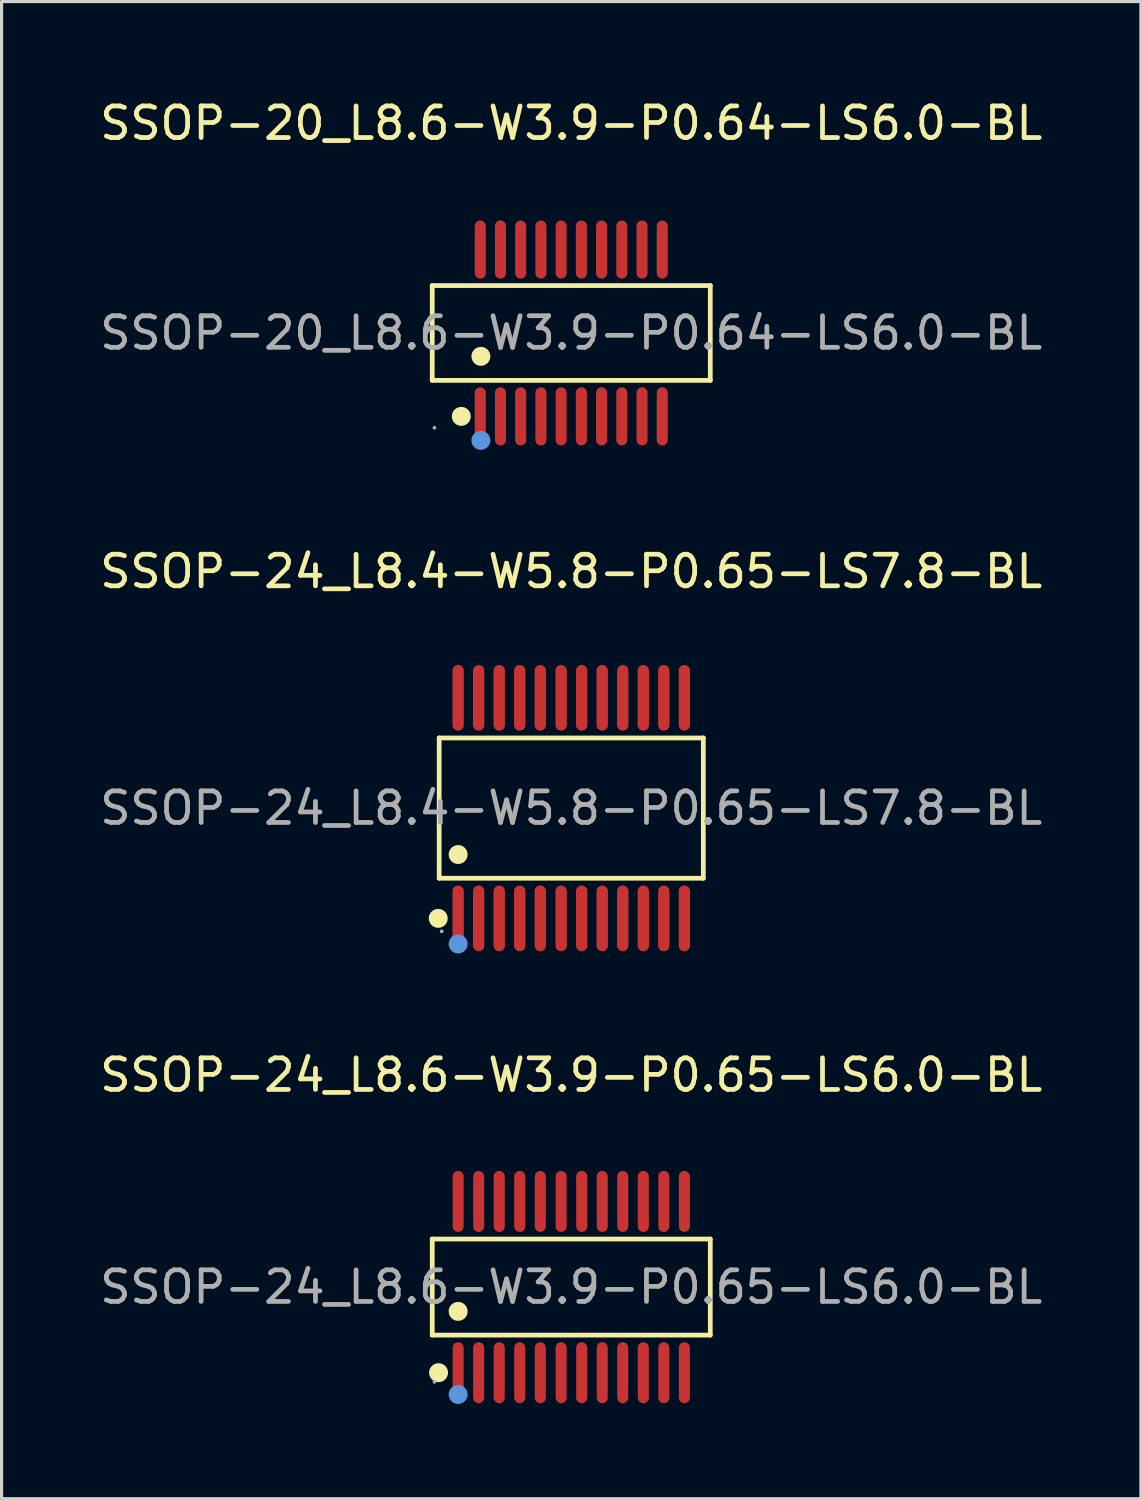
<source format=kicad_pcb>
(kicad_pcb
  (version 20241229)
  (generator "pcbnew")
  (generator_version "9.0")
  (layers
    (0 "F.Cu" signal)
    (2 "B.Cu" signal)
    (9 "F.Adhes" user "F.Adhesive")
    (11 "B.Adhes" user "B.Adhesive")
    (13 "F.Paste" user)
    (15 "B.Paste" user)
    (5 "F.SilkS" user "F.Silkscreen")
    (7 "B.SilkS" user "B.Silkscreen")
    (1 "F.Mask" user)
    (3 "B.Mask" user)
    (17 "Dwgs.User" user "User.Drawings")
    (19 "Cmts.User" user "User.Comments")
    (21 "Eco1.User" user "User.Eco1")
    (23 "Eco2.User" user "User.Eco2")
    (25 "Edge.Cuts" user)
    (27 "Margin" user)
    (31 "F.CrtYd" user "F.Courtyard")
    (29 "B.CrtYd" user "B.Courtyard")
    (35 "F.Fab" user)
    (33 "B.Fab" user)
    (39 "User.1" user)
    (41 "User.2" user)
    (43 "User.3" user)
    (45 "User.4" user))
  (footprint "SSOP-20_L8.6-W3.9-P0.64-LS6.0-BL"
    (layer "F.Cu")
    (at 15.03 7.488)
    (property "Reference" "SSOP-20_L8.6-W3.9-P0.64-LS6.0-BL" (at 0 -6.64 0) (layer "F.SilkS") (effects (font (size 1 1) (thickness 0.15))))
    (attr through_hole)
    (fp_line (start -4.4 -1.5) (end 4.4 -1.5) (stroke (width 0.15) (type solid)) (layer "F.SilkS"))
    (fp_line (start -4.4 1.5) (end -4.4 -1.5) (stroke (width 0.15) (type solid)) (layer "F.SilkS"))
    (fp_line (start 4.4 -1.5) (end 4.4 1.5) (stroke (width 0.15) (type solid)) (layer "F.SilkS"))
    (fp_line (start 4.4 1.5) (end -4.4 1.5) (stroke (width 0.15) (type solid)) (layer "F.SilkS"))
    (fp_circle (center -3.48 2.64) (end -3.33 2.64) (stroke (width 0.3) (type solid)) (fill no) (layer "F.SilkS"))
    (fp_circle (center -2.86 0.74) (end -2.71 0.74) (stroke (width 0.3) (type solid)) (fill no) (layer "F.SilkS"))
    (fp_circle (center -2.86 3.4) (end -2.71 3.4) (stroke (width 0.3) (type solid)) (fill no) (layer "Cmts.User"))
    (fp_circle (center -4.33 3) (end -4.3 3) (stroke (width 0.06) (type solid)) (fill no) (layer "F.Fab"))
    (fp_text user "${REFERENCE}" (at 0 0 0) (layer "F.Fab") (effects (font (size 1 1) (thickness 0.15))))
    (pad "1" smd oval (at -2.88 2.64) (size 0.35 1.84) (layers "F.Cu" "F.Mask" "F.Paste"))
    (pad "2" smd oval (at -2.24 2.64) (size 0.35 1.84) (layers "F.Cu" "F.Mask" "F.Paste"))
    (pad "3" smd oval (at -1.6 2.64) (size 0.35 1.84) (layers "F.Cu" "F.Mask" "F.Paste"))
    (pad "4" smd oval (at -0.96 2.64) (size 0.35 1.84) (layers "F.Cu" "F.Mask" "F.Paste"))
    (pad "5" smd oval (at -0.32 2.64) (size 0.35 1.84) (layers "F.Cu" "F.Mask" "F.Paste"))
    (pad "6" smd oval (at 0.32 2.64) (size 0.35 1.84) (layers "F.Cu" "F.Mask" "F.Paste"))
    (pad "7" smd oval (at 0.96 2.64) (size 0.35 1.84) (layers "F.Cu" "F.Mask" "F.Paste"))
    (pad "8" smd oval (at 1.6 2.64) (size 0.35 1.84) (layers "F.Cu" "F.Mask" "F.Paste"))
    (pad "9" smd oval (at 2.24 2.64) (size 0.35 1.84) (layers "F.Cu" "F.Mask" "F.Paste"))
    (pad "10" smd oval (at 2.88 2.64) (size 0.35 1.84) (layers "F.Cu" "F.Mask" "F.Paste"))
    (pad "11" smd oval (at 2.88 -2.64 180) (size 0.35 1.84) (layers "F.Cu" "F.Mask" "F.Paste"))
    (pad "12" smd oval (at 2.24 -2.64 180) (size 0.35 1.84) (layers "F.Cu" "F.Mask" "F.Paste"))
    (pad "13" smd oval (at 1.6 -2.64 180) (size 0.35 1.84) (layers "F.Cu" "F.Mask" "F.Paste"))
    (pad "14" smd oval (at 0.96 -2.64 180) (size 0.35 1.84) (layers "F.Cu" "F.Mask" "F.Paste"))
    (pad "15" smd oval (at 0.32 -2.64 180) (size 0.35 1.84) (layers "F.Cu" "F.Mask" "F.Paste"))
    (pad "16" smd oval (at -0.32 -2.64 180) (size 0.35 1.84) (layers "F.Cu" "F.Mask" "F.Paste"))
    (pad "17" smd oval (at -0.96 -2.64 180) (size 0.35 1.84) (layers "F.Cu" "F.Mask" "F.Paste"))
    (pad "18" smd oval (at -1.6 -2.64 180) (size 0.35 1.84) (layers "F.Cu" "F.Mask" "F.Paste"))
    (pad "19" smd oval (at -2.24 -2.64 180) (size 0.35 1.84) (layers "F.Cu" "F.Mask" "F.Paste"))
    (pad "20" smd oval (at -2.88 -2.64 180) (size 0.35 1.84) (layers "F.Cu" "F.Mask" "F.Paste")))
  (footprint "SSOP-24_L8.6-W3.9-P0.65-LS6.0-BL"
    (layer "F.Cu")
    (at 15.03 37.685)
    (property "Reference" "SSOP-24_L8.6-W3.9-P0.65-LS6.0-BL" (at 0 -6.71 0) (layer "F.SilkS") (effects (font (size 1 1) (thickness 0.15))))
    (attr through_hole)
    (fp_line (start -4.4 -1.52) (end 4.4 -1.52) (stroke (width 0.15) (type solid)) (layer "F.SilkS"))
    (fp_line (start -4.4 1.52) (end -4.4 -1.52) (stroke (width 0.15) (type solid)) (layer "F.SilkS"))
    (fp_line (start 4.4 -1.52) (end 4.4 1.52) (stroke (width 0.15) (type solid)) (layer "F.SilkS"))
    (fp_line (start 4.4 1.52) (end -4.4 1.52) (stroke (width 0.15) (type solid)) (layer "F.SilkS"))
    (fp_circle (center -4.2 2.71) (end -4.05 2.71) (stroke (width 0.3) (type solid)) (fill no) (layer "F.SilkS"))
    (fp_circle (center -3.58 0.77) (end -3.43 0.77) (stroke (width 0.3) (type solid)) (fill no) (layer "F.SilkS"))
    (fp_circle (center -3.58 3.4) (end -3.43 3.4) (stroke (width 0.3) (type solid)) (fill no) (layer "Cmts.User"))
    (fp_circle (center -4.33 3) (end -4.3 3) (stroke (width 0.06) (type solid)) (fill no) (layer "F.Fab"))
    (fp_text user "${REFERENCE}" (at 0 0 0) (layer "F.Fab") (effects (font (size 1 1) (thickness 0.15))))
    (pad "1" smd oval (at -3.58 2.71) (size 0.35 1.93) (layers "F.Cu" "F.Mask" "F.Paste"))
    (pad "2" smd oval (at -2.93 2.71) (size 0.35 1.93) (layers "F.Cu" "F.Mask" "F.Paste"))
    (pad "3" smd oval (at -2.28 2.71) (size 0.35 1.93) (layers "F.Cu" "F.Mask" "F.Paste"))
    (pad "4" smd oval (at -1.63 2.71) (size 0.35 1.93) (layers "F.Cu" "F.Mask" "F.Paste"))
    (pad "5" smd oval (at -0.98 2.71) (size 0.35 1.93) (layers "F.Cu" "F.Mask" "F.Paste"))
    (pad "6" smd oval (at -0.32 2.71) (size 0.35 1.93) (layers "F.Cu" "F.Mask" "F.Paste"))
    (pad "7" smd oval (at 0.33 2.71) (size 0.35 1.93) (layers "F.Cu" "F.Mask" "F.Paste"))
    (pad "8" smd oval (at 0.98 2.71) (size 0.35 1.93) (layers "F.Cu" "F.Mask" "F.Paste"))
    (pad "9" smd oval (at 1.63 2.71) (size 0.35 1.93) (layers "F.Cu" "F.Mask" "F.Paste"))
    (pad "10" smd oval (at 2.28 2.71) (size 0.35 1.93) (layers "F.Cu" "F.Mask" "F.Paste"))
    (pad "11" smd oval (at 2.93 2.71) (size 0.35 1.93) (layers "F.Cu" "F.Mask" "F.Paste"))
    (pad "12" smd oval (at 3.58 2.71) (size 0.35 1.93) (layers "F.Cu" "F.Mask" "F.Paste"))
    (pad "13" smd oval (at 3.58 -2.71) (size 0.35 1.93) (layers "F.Cu" "F.Mask" "F.Paste"))
    (pad "14" smd oval (at 2.93 -2.71) (size 0.35 1.93) (layers "F.Cu" "F.Mask" "F.Paste"))
    (pad "15" smd oval (at 2.28 -2.71) (size 0.35 1.93) (layers "F.Cu" "F.Mask" "F.Paste"))
    (pad "16" smd oval (at 1.63 -2.71) (size 0.35 1.93) (layers "F.Cu" "F.Mask" "F.Paste"))
    (pad "17" smd oval (at 0.98 -2.71) (size 0.35 1.93) (layers "F.Cu" "F.Mask" "F.Paste"))
    (pad "18" smd oval (at 0.33 -2.71) (size 0.35 1.93) (layers "F.Cu" "F.Mask" "F.Paste"))
    (pad "19" smd oval (at -0.32 -2.71) (size 0.35 1.93) (layers "F.Cu" "F.Mask" "F.Paste"))
    (pad "20" smd oval (at -0.98 -2.71) (size 0.35 1.93) (layers "F.Cu" "F.Mask" "F.Paste"))
    (pad "21" smd oval (at -1.63 -2.71) (size 0.35 1.93) (layers "F.Cu" "F.Mask" "F.Paste"))
    (pad "22" smd oval (at -2.28 -2.71) (size 0.35 1.93) (layers "F.Cu" "F.Mask" "F.Paste"))
    (pad "23" smd oval (at -2.93 -2.71) (size 0.35 1.93) (layers "F.Cu" "F.Mask" "F.Paste"))
    (pad "24" smd oval (at -3.58 -2.71) (size 0.35 1.93) (layers "F.Cu" "F.Mask" "F.Paste")))
  (footprint "SSOP-24_L8.4-W5.8-P0.65-LS7.8-BL"
    (layer "F.Cu")
    (at 15.03 22.526)
    (property "Reference" "SSOP-24_L8.4-W5.8-P0.65-LS7.8-BL" (at 0 -7.49 0) (layer "F.SilkS") (effects (font (size 1 1) (thickness 0.15))))
    (attr through_hole)
    (fp_line (start -4.18 -2.22) (end 4.18 -2.22) (stroke (width 0.15) (type solid)) (layer "F.SilkS"))
    (fp_line (start -4.18 2.22) (end -4.18 -2.22) (stroke (width 0.15) (type solid)) (layer "F.SilkS"))
    (fp_line (start 4.18 -2.22) (end 4.18 2.22) (stroke (width 0.15) (type solid)) (layer "F.SilkS"))
    (fp_line (start 4.18 2.22) (end -4.18 2.22) (stroke (width 0.15) (type solid)) (layer "F.SilkS"))
    (fp_circle (center -4.21 3.49) (end -4.06 3.49) (stroke (width 0.3) (type solid)) (fill no) (layer "F.SilkS"))
    (fp_circle (center -3.58 1.47) (end -3.43 1.47) (stroke (width 0.3) (type solid)) (fill no) (layer "F.SilkS"))
    (fp_circle (center -3.58 4.3) (end -3.43 4.3) (stroke (width 0.3) (type solid)) (fill no) (layer "Cmts.User"))
    (fp_circle (center -4.1 3.9) (end -4.07 3.9) (stroke (width 0.06) (type solid)) (fill no) (layer "F.Fab"))
    (fp_text user "${REFERENCE}" (at 0 0 0) (layer "F.Fab") (effects (font (size 1 1) (thickness 0.15))))
    (pad "1" smd oval (at -3.58 3.49) (size 0.36 2.08) (layers "F.Cu" "F.Mask" "F.Paste"))
    (pad "2" smd oval (at -2.93 3.49) (size 0.36 2.08) (layers "F.Cu" "F.Mask" "F.Paste"))
    (pad "3" smd oval (at -2.28 3.49) (size 0.36 2.08) (layers "F.Cu" "F.Mask" "F.Paste"))
    (pad "4" smd oval (at -1.63 3.49) (size 0.36 2.08) (layers "F.Cu" "F.Mask" "F.Paste"))
    (pad "5" smd oval (at -0.98 3.49) (size 0.36 2.08) (layers "F.Cu" "F.Mask" "F.Paste"))
    (pad "6" smd oval (at -0.32 3.49) (size 0.36 2.08) (layers "F.Cu" "F.Mask" "F.Paste"))
    (pad "7" smd oval (at 0.33 3.49) (size 0.36 2.08) (layers "F.Cu" "F.Mask" "F.Paste"))
    (pad "8" smd oval (at 0.98 3.49) (size 0.36 2.08) (layers "F.Cu" "F.Mask" "F.Paste"))
    (pad "9" smd oval (at 1.63 3.49) (size 0.36 2.08) (layers "F.Cu" "F.Mask" "F.Paste"))
    (pad "10" smd oval (at 2.28 3.49) (size 0.36 2.08) (layers "F.Cu" "F.Mask" "F.Paste"))
    (pad "11" smd oval (at 2.93 3.49) (size 0.36 2.08) (layers "F.Cu" "F.Mask" "F.Paste"))
    (pad "12" smd oval (at 3.58 3.49) (size 0.36 2.08) (layers "F.Cu" "F.Mask" "F.Paste"))
    (pad "13" smd oval (at 3.58 -3.49) (size 0.36 2.08) (layers "F.Cu" "F.Mask" "F.Paste"))
    (pad "14" smd oval (at 2.93 -3.49) (size 0.36 2.08) (layers "F.Cu" "F.Mask" "F.Paste"))
    (pad "15" smd oval (at 2.28 -3.49) (size 0.36 2.08) (layers "F.Cu" "F.Mask" "F.Paste"))
    (pad "16" smd oval (at 1.63 -3.49) (size 0.36 2.08) (layers "F.Cu" "F.Mask" "F.Paste"))
    (pad "17" smd oval (at 0.98 -3.49) (size 0.36 2.08) (layers "F.Cu" "F.Mask" "F.Paste"))
    (pad "18" smd oval (at 0.33 -3.49) (size 0.36 2.08) (layers "F.Cu" "F.Mask" "F.Paste"))
    (pad "19" smd oval (at -0.32 -3.49) (size 0.36 2.08) (layers "F.Cu" "F.Mask" "F.Paste"))
    (pad "20" smd oval (at -0.98 -3.49) (size 0.36 2.08) (layers "F.Cu" "F.Mask" "F.Paste"))
    (pad "21" smd oval (at -1.63 -3.49) (size 0.36 2.08) (layers "F.Cu" "F.Mask" "F.Paste"))
    (pad "22" smd oval (at -2.28 -3.49) (size 0.36 2.08) (layers "F.Cu" "F.Mask" "F.Paste"))
    (pad "23" smd oval (at -2.93 -3.49) (size 0.36 2.08) (layers "F.Cu" "F.Mask" "F.Paste"))
    (pad "24" smd oval (at -3.58 -3.49) (size 0.36 2.08) (layers "F.Cu" "F.Mask" "F.Paste")))
  (gr_rect
    (start -3 -3)
    (end 33.06 44.385)
    (stroke (width 0.1) (type default))
    (fill no)
    (layer "Edge.Cuts")))
</source>
